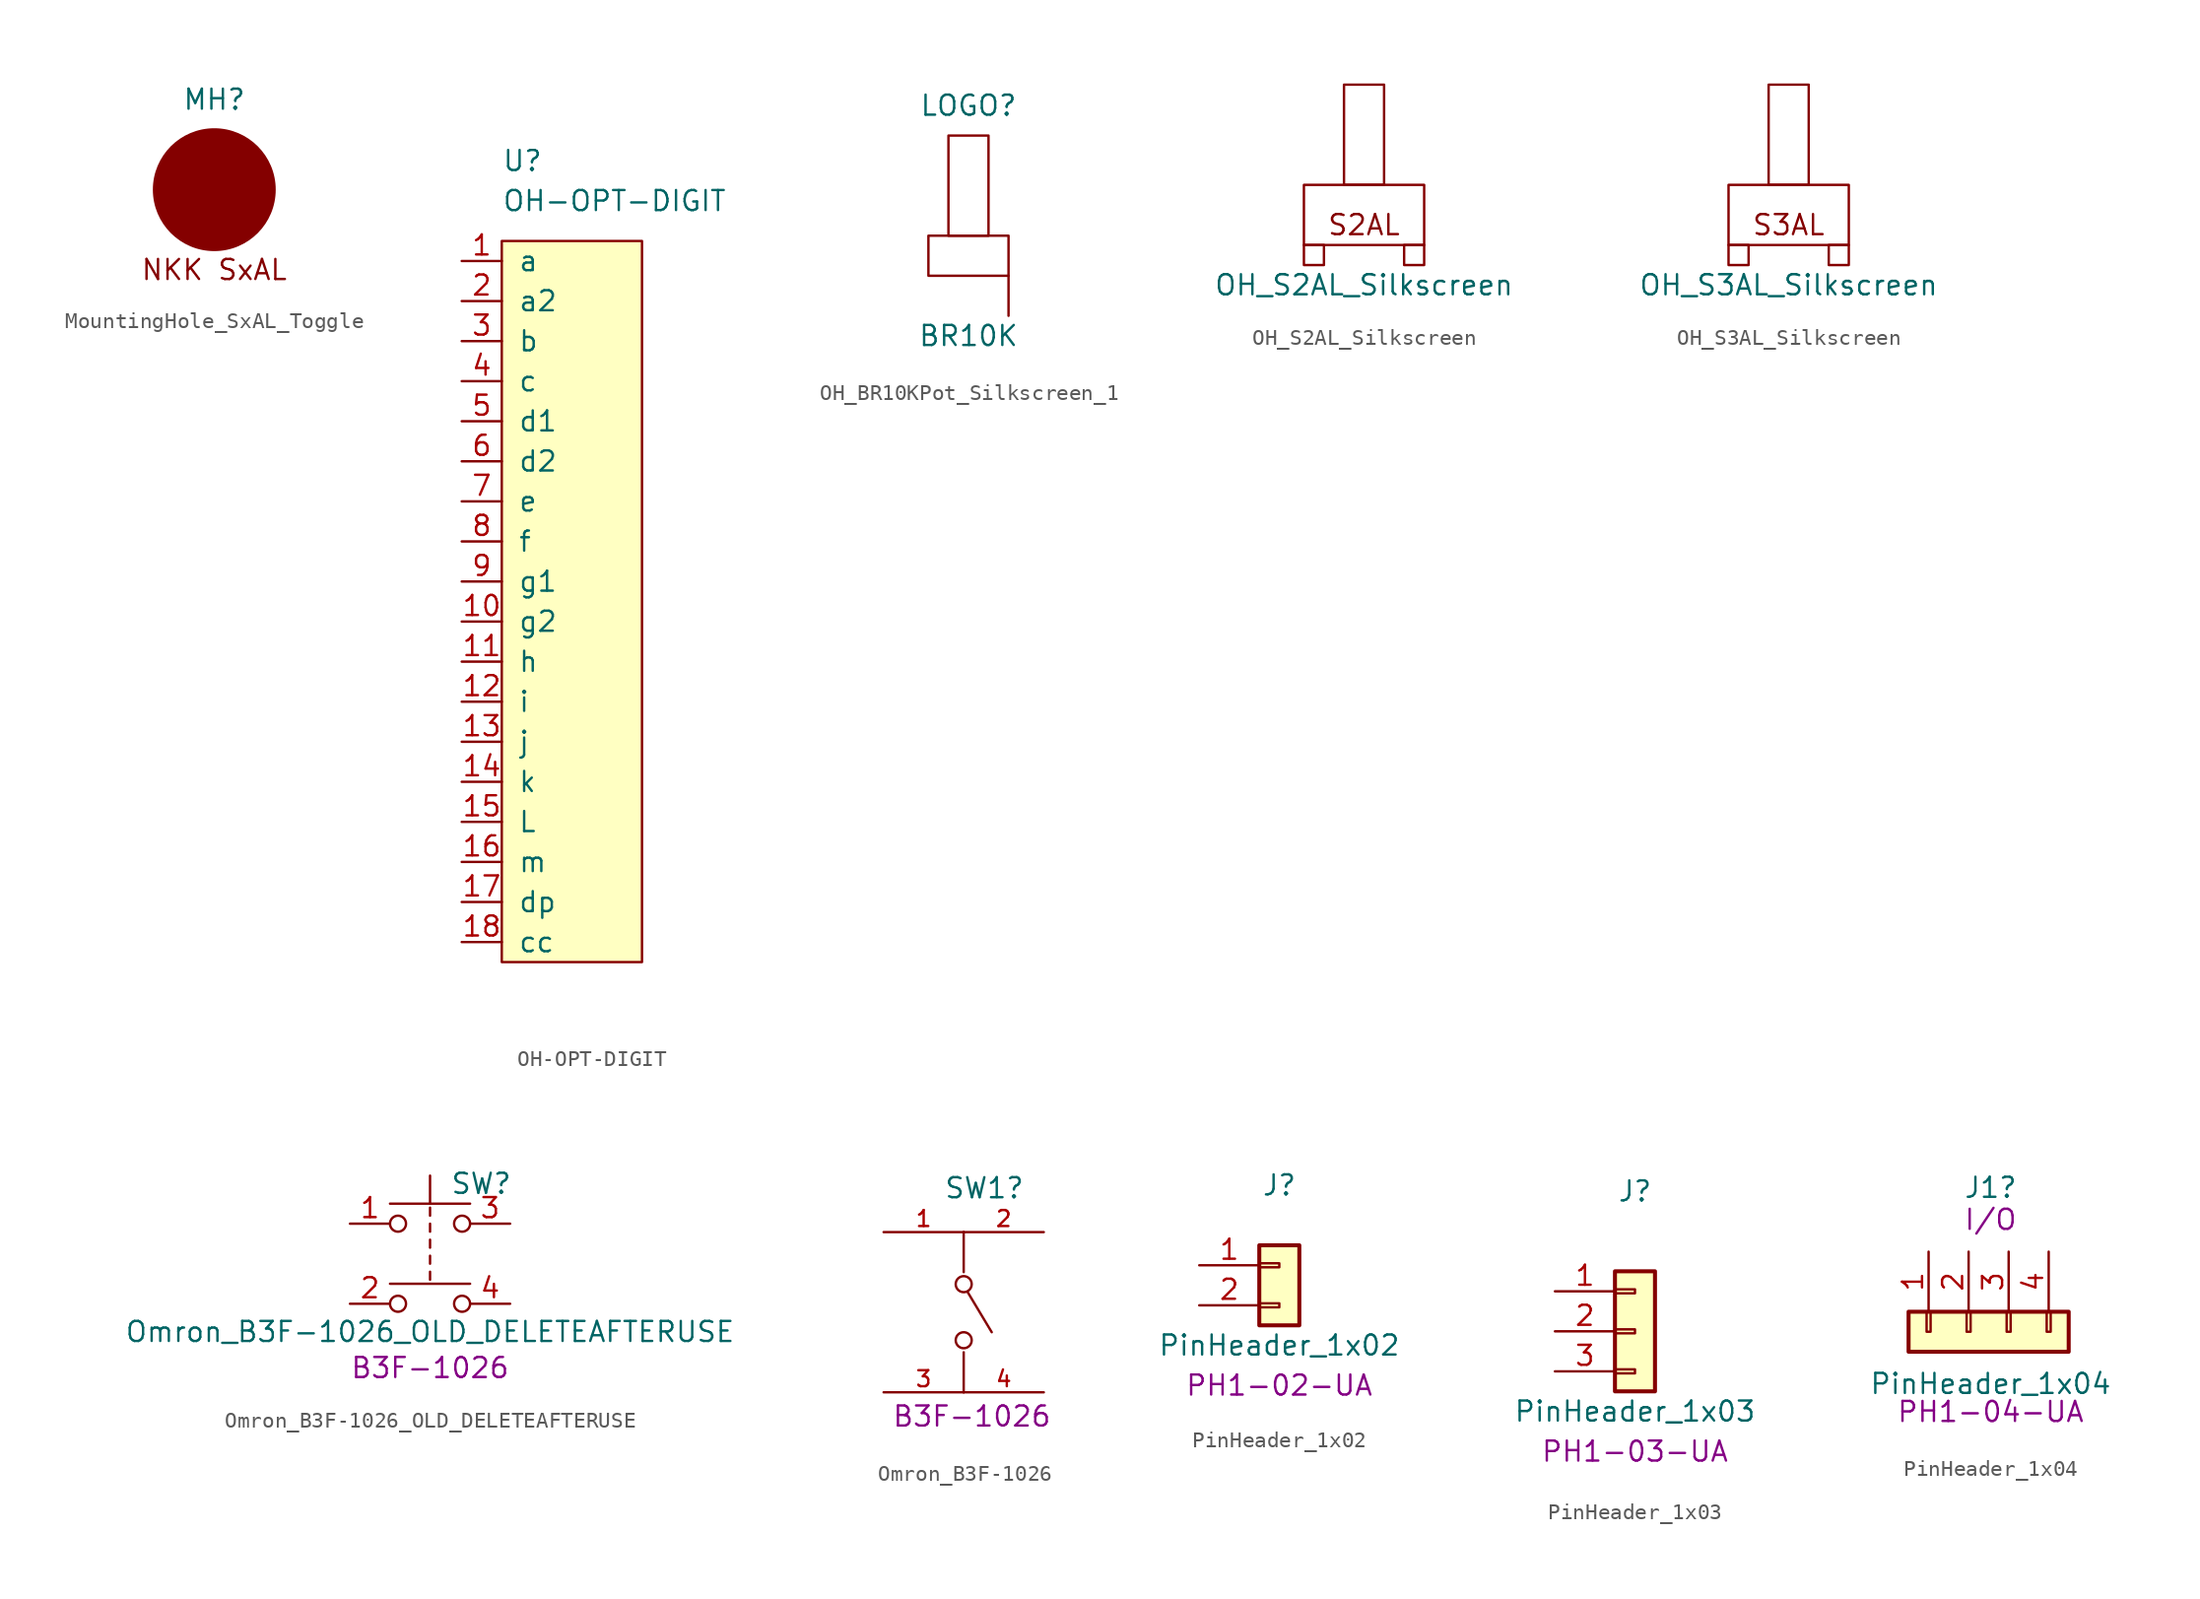
<source format=kicad_sym>
(kicad_symbol_lib
  (version 20220914)
  (generator kicad_symbol_editor)
  (symbol "MountingHole_SxAL_Toggle"
    (pin_names
      (offset 1.016))
    (property "Reference" "MH"
      (at 0 5.715 0)
      (do_not_autoplace)
      (effects (font (size 1.27 1.27))))
    (symbol "MountingHole_SxAL_Toggle_1_1"
      (circle (center 0 0) (radius 3.818) (stroke (width 0) (type default)) (fill (type outline)))
      (text "NKK SxAL" (at 0 -5.08 0) (effects (font (size 1.27 1.27))))))
  (symbol "OH-OPT-DIGIT"
    (pin_names
      (offset 1.016))
    (property "Reference" "U"
      (at -5.08 27.94 0)
      (effects (font (size 1.27 1.27)) (justify left)))
    (property "Value" "OH-OPT-DIGIT"
      (at -5.08 25.4 0)
      (effects (font (size 1.27 1.27)) (justify left)))
    (symbol "OH-OPT-DIGIT_0_0"
      (pin input line (at -7.62 21.59 0) (length 2.54) (name "a" (effects (font (size 1.27 1.27)))) (number "1" (effects (font (size 1.27 1.27)))))
      (pin input line (at -7.62 -1.27 0) (length 2.54) (name "g2" (effects (font (size 1.27 1.27)))) (number "10" (effects (font (size 1.27 1.27)))))
      (pin input line (at -7.62 -3.81 0) (length 2.54) (name "h" (effects (font (size 1.27 1.27)))) (number "11" (effects (font (size 1.27 1.27)))))
      (pin input line (at -7.62 -6.35 0) (length 2.54) (name "i" (effects (font (size 1.27 1.27)))) (number "12" (effects (font (size 1.27 1.27)))))
      (pin input line (at -7.62 -8.89 0) (length 2.54) (name "j" (effects (font (size 1.27 1.27)))) (number "13" (effects (font (size 1.27 1.27)))))
      (pin input line (at -7.62 -11.43 0) (length 2.54) (name "k" (effects (font (size 1.27 1.27)))) (number "14" (effects (font (size 1.27 1.27)))))
      (pin input line (at -7.62 -13.97 0) (length 2.54) (name "L" (effects (font (size 1.27 1.27)))) (number "15" (effects (font (size 1.27 1.27)))))
      (pin input line (at -7.62 -16.51 0) (length 2.54) (name "m" (effects (font (size 1.27 1.27)))) (number "16" (effects (font (size 1.27 1.27)))))
      (pin input line (at -7.62 -19.05 0) (length 2.54) (name "dp" (effects (font (size 1.27 1.27)))) (number "17" (effects (font (size 1.27 1.27)))))
      (pin output line (at -7.62 -21.59 0) (length 2.54) (name "cc" (effects (font (size 1.27 1.27)))) (number "18" (effects (font (size 1.27 1.27)))))
      (pin input line (at -7.62 19.05 0) (length 2.54) (name "a2" (effects (font (size 1.27 1.27)))) (number "2" (effects (font (size 1.27 1.27)))))
      (pin input line (at -7.62 16.51 0) (length 2.54) (name "b" (effects (font (size 1.27 1.27)))) (number "3" (effects (font (size 1.27 1.27)))))
      (pin input line (at -7.62 13.97 0) (length 2.54) (name "c" (effects (font (size 1.27 1.27)))) (number "4" (effects (font (size 1.27 1.27)))))
      (pin input line (at -7.62 11.43 0) (length 2.54) (name "d1" (effects (font (size 1.27 1.27)))) (number "5" (effects (font (size 1.27 1.27)))))
      (pin input line (at -7.62 8.89 0) (length 2.54) (name "d2" (effects (font (size 1.27 1.27)))) (number "6" (effects (font (size 1.27 1.27)))))
      (pin input line (at -7.62 6.35 0) (length 2.54) (name "e" (effects (font (size 1.27 1.27)))) (number "7" (effects (font (size 1.27 1.27)))))
      (pin input line (at -7.62 3.81 0) (length 2.54) (name "f" (effects (font (size 1.27 1.27)))) (number "8" (effects (font (size 1.27 1.27)))))
      (pin input line (at -7.62 1.27 0) (length 2.54) (name "g1" (effects (font (size 1.27 1.27)))) (number "9" (effects (font (size 1.27 1.27))))))
    (symbol "OH-OPT-DIGIT_0_1"
      (rectangle (start -5.08 22.86) (end 3.81 -22.86) (stroke (width 0) (type default)) (fill (type background)))))
  (symbol "OH_BR10KPot_Silkscreen_1"
    (pin_numbers hide)
    (pin_names
      (offset 0) hide)
    (property "Reference" "LOGO"
      (at 0 10.795 0)
      (effects (font (size 1.27 1.27))))
    (property "Value" "BR10K"
      (at 0 -3.81 0)
      (effects (font (size 1.27 1.27))))
    (symbol "OH_BR10KPot_Silkscreen_1_0_0"
      (rectangle (start -2.54 2.54) (end 2.54 0) (stroke (width 0) (type default)) (fill (type none)))
      (rectangle (start 1.27 2.54) (end -1.27 8.89) (stroke (width 0) (type default)) (fill (type none)))
      (rectangle (start 2.54 0) (end 2.54 -2.54) (stroke (width 0) (type default)) (fill (type none)))))
  (symbol "OH_S2AL_Silkscreen"
    (pin_numbers hide)
    (pin_names
      (offset 0) hide)
    (property "Reference" "LOGO"
      (at 0 -6.35 0)
      (effects (font (size 1.27 1.27)) hide))
    (property "Value" "OH_S2AL_Silkscreen"
      (at 0 -3.81 0)
      (effects (font (size 1.27 1.27))))
    (symbol "OH_S2AL_Silkscreen_0_0"
      (rectangle (start -3.81 -1.27) (end -2.54 -2.54) (stroke (width 0) (type default)) (fill (type none)))
      (rectangle (start -3.81 2.54) (end 3.81 -1.27) (stroke (width 0) (type default)) (fill (type none)))
      (rectangle (start 1.27 2.54) (end -1.27 8.89) (stroke (width 0) (type default)) (fill (type none)))
      (rectangle (start 3.81 -1.27) (end 2.54 -2.54) (stroke (width 0) (type default)) (fill (type none)))
      (text "S2AL" (at 0 0 0) (effects (font (size 1.27 1.27))))))
  (symbol "OH_S3AL_Silkscreen"
    (pin_numbers hide)
    (pin_names
      (offset 0) hide)
    (property "Reference" "LOGO"
      (at 0 -6.35 0)
      (effects (font (size 1.27 1.27)) hide))
    (property "Value" "OH_S3AL_Silkscreen"
      (at 0 -3.81 0)
      (effects (font (size 1.27 1.27))))
    (symbol "OH_S3AL_Silkscreen_0_0"
      (rectangle (start -3.81 -1.27) (end -2.54 -2.54) (stroke (width 0) (type default)) (fill (type none)))
      (rectangle (start -3.81 2.54) (end 3.81 -1.27) (stroke (width 0) (type default)) (fill (type none)))
      (rectangle (start 1.27 2.54) (end -1.27 8.89) (stroke (width 0) (type default)) (fill (type none)))
      (rectangle (start 3.81 -1.27) (end 2.54 -2.54) (stroke (width 0) (type default)) (fill (type none)))
      (text "S3AL" (at 0 0 0) (effects (font (size 1.27 1.27))))))
  (symbol "Omron_B3F-1026_OLD_DELETEAFTERUSE"
    (pin_names
      (offset 1.016) hide)
    (property "Reference" "SW"
      (at 1.27 2.54 0)
      (effects (font (size 1.27 1.27)) (justify left)))
    (property "Value" "Omron_B3F-1026_OLD_DELETEAFTERUSE"
      (at 0 -6.858 0)
      (effects (font (size 1.27 1.27))))
    (property "LCSC" ""
      (at 0 0 0)
      (effects (font (size 1.27 1.27))))
    (property "Manufacturer PN" "B3F-1026"
      (at 0 -9.144 0)
      (effects (font (size 1.27 1.27))))
    (symbol "Omron_B3F-1026_OLD_DELETEAFTERUSE_0_1"
      (circle (center -2.032 -5.08) (radius 0.508) (stroke (width 0) (type default)) (fill (type none)))
      (circle (center -2.032 0) (radius 0.508) (stroke (width 0) (type default)) (fill (type none)))
      (polyline (pts (xy 0 -3.048) (xy 0 -3.556)) (stroke (width 0) (type default)) (fill (type none)))
      (polyline (pts (xy 0 -2.032) (xy 0 -2.54)) (stroke (width 0) (type default)) (fill (type none)))
      (polyline (pts (xy 0 -1.524) (xy 0 -1.016)) (stroke (width 0) (type default)) (fill (type none)))
      (polyline (pts (xy 0 -0.508) (xy 0 0)) (stroke (width 0) (type default)) (fill (type none)))
      (polyline (pts (xy 0 0.508) (xy 0 1.016)) (stroke (width 0) (type default)) (fill (type none)))
      (polyline (pts (xy 0 1.27) (xy 0 3.048)) (stroke (width 0) (type default)) (fill (type none)))
      (polyline (pts (xy 2.54 -3.81) (xy -2.54 -3.81)) (stroke (width 0) (type default)) (fill (type none)))
      (polyline (pts (xy 2.54 1.27) (xy -2.54 1.27)) (stroke (width 0) (type default)) (fill (type none)))
      (circle (center 2.032 -5.08) (radius 0.508) (stroke (width 0) (type default)) (fill (type none)))
      (circle (center 2.032 0) (radius 0.508) (stroke (width 0) (type default)) (fill (type none)))
      (pin passive line (at -5.08 0 0) (length 2.54) (name "1" (effects (font (size 1.27 1.27)))) (number "1" (effects (font (size 1.27 1.27)))))
      (pin passive line (at -5.08 -5.08 0) (length 2.54) (name "2" (effects (font (size 1.27 1.27)))) (number "2" (effects (font (size 1.27 1.27)))))
      (pin passive line (at 5.08 0 180) (length 2.54) (name "3" (effects (font (size 1.27 1.27)))) (number "3" (effects (font (size 1.27 1.27)))))
      (pin passive line (at 5.08 -5.08 180) (length 2.54) (name "4" (effects (font (size 1.27 1.27)))) (number "4" (effects (font (size 1.27 1.27)))))))
  (symbol "Omron_B3F-1026"
    (pin_names
      (offset 1.016))
    (property "Reference" "SW1"
      (at -1.27 7.874 0)
      (effects (font (size 1.27 1.27)) (justify left)))
    (property "Manufacturer PN" "B3F-1026"
      (at -4.572 -6.604 0)
      (effects (font (size 1.27 1.27)) (justify left)))
    (symbol "Omron_B3F-1026_1_1"
      (circle (center 0 -1.778) (radius 0.508) (stroke (width 0) (type solid)) (fill (type none)))
      (polyline (pts (xy 0 -5.08) (xy 0 -2.54)) (stroke (width 0) (type solid)) (fill (type none)))
      (polyline (pts (xy 0 5.08) (xy 0 2.54)) (stroke (width 0) (type solid)) (fill (type none)))
      (polyline (pts (xy 0.254 1.27) (xy 1.778 -1.27)) (stroke (width 0) (type solid)) (fill (type none)))
      (circle (center 0 1.778) (radius 0.508) (stroke (width 0) (type solid)) (fill (type none)))
      (pin passive line (at -5.08 5.08 0) (length 5.08) (name "1" (effects (font (size 0 0)))) (number "1" (effects (font (size 1.016 1.016)))))
      (pin passive line (at 5.08 5.08 180) (length 5.08) (name "2" (effects (font (size 0 0)))) (number "2" (effects (font (size 1.016 1.016)))))
      (pin passive line (at -5.08 -5.08 0) (length 5.08) (name "3" (effects (font (size 0 0)))) (number "3" (effects (font (size 1.016 1.016)))))
      (pin passive line (at 5.08 -5.08 180) (length 5.08) (name "4" (effects (font (size 0 0)))) (number "4" (effects (font (size 1.016 1.016)))))))
  (symbol "PinHeader_1x02"
    (pin_names
      (offset 1.016) hide)
    (property "Reference" "J"
      (at 0 5.08 0)
      (effects (font (size 1.27 1.27))))
    (property "Value" "PinHeader_1x02"
      (at 0 -5.08 0)
      (effects (font (size 1.27 1.27))))
    (property "Manufacturer PN" "PH1-02-UA"
      (at 0 -7.62 0)
      (effects (font (size 1.27 1.27))))
    (property "Silkscreen" ""
      (at 0 0 0)
      (effects (font (size 1.27 1.27))))
    (symbol "PinHeader_1x02_1_1"
      (rectangle (start -1.27 -2.413) (end 0 -2.667) (stroke (width 0.152) (type default)) (fill (type none)))
      (rectangle (start -1.27 0.127) (end 0 -0.127) (stroke (width 0.152) (type default)) (fill (type none)))
      (rectangle (start -1.27 1.27) (end 1.27 -3.81) (stroke (width 0.254) (type default)) (fill (type background)))
      (pin passive line (at -5.08 0 0) (length 3.81) (name "Pin_1" (effects (font (size 1.27 1.27)))) (number "1" (effects (font (size 1.27 1.27)))))
      (pin passive line (at -5.08 -2.54 0) (length 3.81) (name "Pin_2" (effects (font (size 1.27 1.27)))) (number "2" (effects (font (size 1.27 1.27)))))))
  (symbol "PinHeader_1x03"
    (pin_names
      (offset 1.016) hide)
    (property "Reference" "J"
      (at 0 8.89 0)
      (effects (font (size 1.27 1.27))))
    (property "Value" "PinHeader_1x03"
      (at 0 -5.08 0)
      (effects (font (size 1.27 1.27))))
    (property "Manufacturer PN" "PH1-03-UA"
      (at 0 -7.62 0)
      (effects (font (size 1.27 1.27))))
    (property "Silkscreen" ""
      (at 0 0 0)
      (effects (font (size 1.27 1.27))))
    (symbol "PinHeader_1x03_1_1"
      (rectangle (start -1.27 -2.413) (end 0 -2.667) (stroke (width 0.152) (type default)) (fill (type none)))
      (rectangle (start -1.27 0.127) (end 0 -0.127) (stroke (width 0.152) (type default)) (fill (type none)))
      (rectangle (start -1.27 2.667) (end 0 2.413) (stroke (width 0.152) (type default)) (fill (type none)))
      (rectangle (start -1.27 3.81) (end 1.27 -3.81) (stroke (width 0.254) (type default)) (fill (type background)))
      (pin passive line (at -5.08 2.54 0) (length 3.81) (name "Pin_1" (effects (font (size 1.27 1.27)))) (number "1" (effects (font (size 1.27 1.27)))))
      (pin passive line (at -5.08 0 0) (length 3.81) (name "Pin_2" (effects (font (size 1.27 1.27)))) (number "2" (effects (font (size 1.27 1.27)))))
      (pin passive line (at -5.08 -2.54 0) (length 3.81) (name "Pin_3" (effects (font (size 1.27 1.27)))) (number "3" (effects (font (size 1.27 1.27)))))))
  (symbol "PinHeader_1x04"
    (pin_names
      (offset 1.016) hide)
    (property "Reference" "J1"
      (at 0.127 9.144 0)
      (effects (font (size 1.27 1.27))))
    (property "Value" "PinHeader_1x04"
      (at 0.127 -3.302 0)
      (effects (font (size 1.27 1.27))))
    (property "Manufacturer PN" "PH1-04-UA"
      (at 0.127 -5.08 0)
      (effects (font (size 1.27 1.27))))
    (property "Silkscreen" "I/O"
      (at 0.127 7.112 0)
      (effects (font (size 1.27 1.27))))
    (symbol "PinHeader_1x04_1_1"
      (rectangle (start -5.08 1.27) (end 5.08 -1.27) (stroke (width 0.254) (type default)) (fill (type background)))
      (rectangle (start -3.683 0) (end -3.937 1.27) (stroke (width 0.152) (type default)) (fill (type none)))
      (rectangle (start -1.397 1.27) (end -1.143 0) (stroke (width 0.152) (type default)) (fill (type none)))
      (rectangle (start 1.397 0) (end 1.143 1.27) (stroke (width 0.152) (type default)) (fill (type none)))
      (rectangle (start 3.937 0) (end 3.683 1.27) (stroke (width 0.152) (type default)) (fill (type none)))
      (pin passive line (at -3.81 5.08 270) (length 3.81) (name "Pin_1" (effects (font (size 1.27 1.27)))) (number "1" (effects (font (size 1.27 1.27)))))
      (pin passive line (at -1.27 5.08 270) (length 3.81) (name "Pin_2" (effects (font (size 1.27 1.27)))) (number "2" (effects (font (size 1.27 1.27)))))
      (pin passive line (at 1.27 5.08 270) (length 3.81) (name "Pin_3" (effects (font (size 1.27 1.27)))) (number "3" (effects (font (size 1.27 1.27)))))
      (pin passive line (at 3.81 5.08 270) (length 3.81) (name "Pin_4" (effects (font (size 1.27 1.27)))) (number "4" (effects (font (size 1.27 1.27))))))))
</source>
